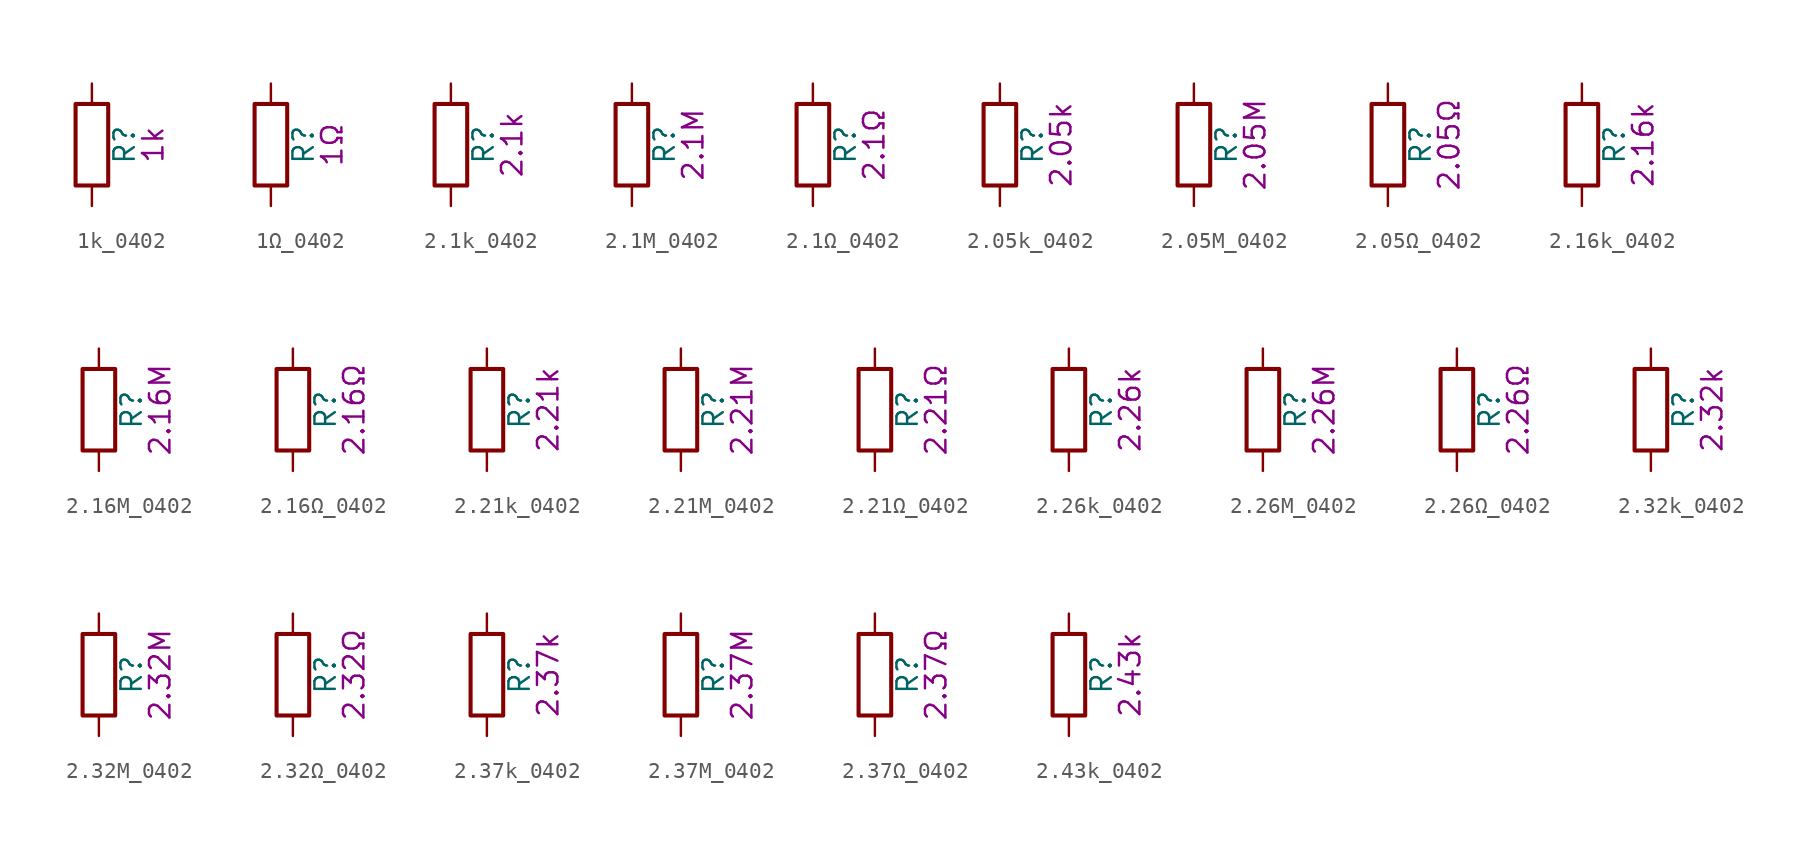
<source format=kicad_sym>
(kicad_symbol_lib
  (version 20211014)
  (generator kicad_symbol_editor)
  (symbol "1k_0402"
    (pin_numbers hide)
    (pin_names
      (offset 0))
    (property "Reference" "R"
      (at 2.032 0 90)
      (effects (font (size 1.27 1.27))))
    (property "Display" "1k"
      (at 3.81 0 90)
      (effects (font (size 1.27 1.27))))
    (symbol "1k_0402_0_1"
      (rectangle (start -1.016 -2.54) (end 1.016 2.54) (stroke (width 0.254) (type default) (color 0 0 0 0)) (fill (type none))))
    (symbol "1k_0402_1_1"
      (pin passive line (at 0 3.81 270) (length 1.27) (name "~" (effects (font (size 1.27 1.27)))) (number "1" (effects (font (size 1.27 1.27)))))
      (pin passive line (at 0 -3.81 90) (length 1.27) (name "~" (effects (font (size 1.27 1.27)))) (number "2" (effects (font (size 1.27 1.27)))))))
  (symbol "1Ω_0402"
    (pin_numbers hide)
    (pin_names
      (offset 0))
    (property "Reference" "R"
      (at 2.032 0 90)
      (effects (font (size 1.27 1.27))))
    (property "Display" "1Ω"
      (at 3.81 0 90)
      (effects (font (size 1.27 1.27))))
    (symbol "1Ω_0402_0_1"
      (rectangle (start -1.016 -2.54) (end 1.016 2.54) (stroke (width 0.254) (type default) (color 0 0 0 0)) (fill (type none))))
    (symbol "1Ω_0402_1_1"
      (pin passive line (at 0 3.81 270) (length 1.27) (name "~" (effects (font (size 1.27 1.27)))) (number "1" (effects (font (size 1.27 1.27)))))
      (pin passive line (at 0 -3.81 90) (length 1.27) (name "~" (effects (font (size 1.27 1.27)))) (number "2" (effects (font (size 1.27 1.27)))))))
  (symbol "2.1k_0402"
    (pin_numbers hide)
    (pin_names
      (offset 0))
    (property "Reference" "R"
      (at 2.032 0 90)
      (effects (font (size 1.27 1.27))))
    (property "Display" "2.1k"
      (at 3.81 0 90)
      (effects (font (size 1.27 1.27))))
    (symbol "2.1k_0402_0_1"
      (rectangle (start -1.016 -2.54) (end 1.016 2.54) (stroke (width 0.254) (type default) (color 0 0 0 0)) (fill (type none))))
    (symbol "2.1k_0402_1_1"
      (pin passive line (at 0 3.81 270) (length 1.27) (name "~" (effects (font (size 1.27 1.27)))) (number "1" (effects (font (size 1.27 1.27)))))
      (pin passive line (at 0 -3.81 90) (length 1.27) (name "~" (effects (font (size 1.27 1.27)))) (number "2" (effects (font (size 1.27 1.27)))))))
  (symbol "2.1M_0402"
    (pin_numbers hide)
    (pin_names
      (offset 0))
    (property "Reference" "R"
      (at 2.032 0 90)
      (effects (font (size 1.27 1.27))))
    (property "Display" "2.1M"
      (at 3.81 0 90)
      (effects (font (size 1.27 1.27))))
    (symbol "2.1M_0402_0_1"
      (rectangle (start -1.016 -2.54) (end 1.016 2.54) (stroke (width 0.254) (type default) (color 0 0 0 0)) (fill (type none))))
    (symbol "2.1M_0402_1_1"
      (pin passive line (at 0 3.81 270) (length 1.27) (name "~" (effects (font (size 1.27 1.27)))) (number "1" (effects (font (size 1.27 1.27)))))
      (pin passive line (at 0 -3.81 90) (length 1.27) (name "~" (effects (font (size 1.27 1.27)))) (number "2" (effects (font (size 1.27 1.27)))))))
  (symbol "2.1Ω_0402"
    (pin_numbers hide)
    (pin_names
      (offset 0))
    (property "Reference" "R"
      (at 2.032 0 90)
      (effects (font (size 1.27 1.27))))
    (property "Display" "2.1Ω"
      (at 3.81 0 90)
      (effects (font (size 1.27 1.27))))
    (symbol "2.1Ω_0402_0_1"
      (rectangle (start -1.016 -2.54) (end 1.016 2.54) (stroke (width 0.254) (type default) (color 0 0 0 0)) (fill (type none))))
    (symbol "2.1Ω_0402_1_1"
      (pin passive line (at 0 3.81 270) (length 1.27) (name "~" (effects (font (size 1.27 1.27)))) (number "1" (effects (font (size 1.27 1.27)))))
      (pin passive line (at 0 -3.81 90) (length 1.27) (name "~" (effects (font (size 1.27 1.27)))) (number "2" (effects (font (size 1.27 1.27)))))))
  (symbol "2.05k_0402"
    (pin_numbers hide)
    (pin_names
      (offset 0))
    (property "Reference" "R"
      (at 2.032 0 90)
      (effects (font (size 1.27 1.27))))
    (property "Display" "2.05k"
      (at 3.81 0 90)
      (effects (font (size 1.27 1.27))))
    (symbol "2.05k_0402_0_1"
      (rectangle (start -1.016 -2.54) (end 1.016 2.54) (stroke (width 0.254) (type default) (color 0 0 0 0)) (fill (type none))))
    (symbol "2.05k_0402_1_1"
      (pin passive line (at 0 3.81 270) (length 1.27) (name "~" (effects (font (size 1.27 1.27)))) (number "1" (effects (font (size 1.27 1.27)))))
      (pin passive line (at 0 -3.81 90) (length 1.27) (name "~" (effects (font (size 1.27 1.27)))) (number "2" (effects (font (size 1.27 1.27)))))))
  (symbol "2.05M_0402"
    (pin_numbers hide)
    (pin_names
      (offset 0))
    (property "Reference" "R"
      (at 2.032 0 90)
      (effects (font (size 1.27 1.27))))
    (property "Display" "2.05M"
      (at 3.81 0 90)
      (effects (font (size 1.27 1.27))))
    (symbol "2.05M_0402_0_1"
      (rectangle (start -1.016 -2.54) (end 1.016 2.54) (stroke (width 0.254) (type default) (color 0 0 0 0)) (fill (type none))))
    (symbol "2.05M_0402_1_1"
      (pin passive line (at 0 3.81 270) (length 1.27) (name "~" (effects (font (size 1.27 1.27)))) (number "1" (effects (font (size 1.27 1.27)))))
      (pin passive line (at 0 -3.81 90) (length 1.27) (name "~" (effects (font (size 1.27 1.27)))) (number "2" (effects (font (size 1.27 1.27)))))))
  (symbol "2.05Ω_0402"
    (pin_numbers hide)
    (pin_names
      (offset 0))
    (property "Reference" "R"
      (at 2.032 0 90)
      (effects (font (size 1.27 1.27))))
    (property "Display" "2.05Ω"
      (at 3.81 0 90)
      (effects (font (size 1.27 1.27))))
    (symbol "2.05Ω_0402_0_1"
      (rectangle (start -1.016 -2.54) (end 1.016 2.54) (stroke (width 0.254) (type default) (color 0 0 0 0)) (fill (type none))))
    (symbol "2.05Ω_0402_1_1"
      (pin passive line (at 0 3.81 270) (length 1.27) (name "~" (effects (font (size 1.27 1.27)))) (number "1" (effects (font (size 1.27 1.27)))))
      (pin passive line (at 0 -3.81 90) (length 1.27) (name "~" (effects (font (size 1.27 1.27)))) (number "2" (effects (font (size 1.27 1.27)))))))
  (symbol "2.16k_0402"
    (pin_numbers hide)
    (pin_names
      (offset 0))
    (property "Reference" "R"
      (at 2.032 0 90)
      (effects (font (size 1.27 1.27))))
    (property "Display" "2.16k"
      (at 3.81 0 90)
      (effects (font (size 1.27 1.27))))
    (symbol "2.16k_0402_0_1"
      (rectangle (start -1.016 -2.54) (end 1.016 2.54) (stroke (width 0.254) (type default) (color 0 0 0 0)) (fill (type none))))
    (symbol "2.16k_0402_1_1"
      (pin passive line (at 0 3.81 270) (length 1.27) (name "~" (effects (font (size 1.27 1.27)))) (number "1" (effects (font (size 1.27 1.27)))))
      (pin passive line (at 0 -3.81 90) (length 1.27) (name "~" (effects (font (size 1.27 1.27)))) (number "2" (effects (font (size 1.27 1.27)))))))
  (symbol "2.16M_0402"
    (pin_numbers hide)
    (pin_names
      (offset 0))
    (property "Reference" "R"
      (at 2.032 0 90)
      (effects (font (size 1.27 1.27))))
    (property "Display" "2.16M"
      (at 3.81 0 90)
      (effects (font (size 1.27 1.27))))
    (symbol "2.16M_0402_0_1"
      (rectangle (start -1.016 -2.54) (end 1.016 2.54) (stroke (width 0.254) (type default) (color 0 0 0 0)) (fill (type none))))
    (symbol "2.16M_0402_1_1"
      (pin passive line (at 0 3.81 270) (length 1.27) (name "~" (effects (font (size 1.27 1.27)))) (number "1" (effects (font (size 1.27 1.27)))))
      (pin passive line (at 0 -3.81 90) (length 1.27) (name "~" (effects (font (size 1.27 1.27)))) (number "2" (effects (font (size 1.27 1.27)))))))
  (symbol "2.16Ω_0402"
    (pin_numbers hide)
    (pin_names
      (offset 0))
    (property "Reference" "R"
      (at 2.032 0 90)
      (effects (font (size 1.27 1.27))))
    (property "Display" "2.16Ω"
      (at 3.81 0 90)
      (effects (font (size 1.27 1.27))))
    (symbol "2.16Ω_0402_0_1"
      (rectangle (start -1.016 -2.54) (end 1.016 2.54) (stroke (width 0.254) (type default) (color 0 0 0 0)) (fill (type none))))
    (symbol "2.16Ω_0402_1_1"
      (pin passive line (at 0 3.81 270) (length 1.27) (name "~" (effects (font (size 1.27 1.27)))) (number "1" (effects (font (size 1.27 1.27)))))
      (pin passive line (at 0 -3.81 90) (length 1.27) (name "~" (effects (font (size 1.27 1.27)))) (number "2" (effects (font (size 1.27 1.27)))))))
  (symbol "2.21k_0402"
    (pin_numbers hide)
    (pin_names
      (offset 0))
    (property "Reference" "R"
      (at 2.032 0 90)
      (effects (font (size 1.27 1.27))))
    (property "Display" "2.21k"
      (at 3.81 0 90)
      (effects (font (size 1.27 1.27))))
    (symbol "2.21k_0402_0_1"
      (rectangle (start -1.016 -2.54) (end 1.016 2.54) (stroke (width 0.254) (type default) (color 0 0 0 0)) (fill (type none))))
    (symbol "2.21k_0402_1_1"
      (pin passive line (at 0 3.81 270) (length 1.27) (name "~" (effects (font (size 1.27 1.27)))) (number "1" (effects (font (size 1.27 1.27)))))
      (pin passive line (at 0 -3.81 90) (length 1.27) (name "~" (effects (font (size 1.27 1.27)))) (number "2" (effects (font (size 1.27 1.27)))))))
  (symbol "2.21M_0402"
    (pin_numbers hide)
    (pin_names
      (offset 0))
    (property "Reference" "R"
      (at 2.032 0 90)
      (effects (font (size 1.27 1.27))))
    (property "Display" "2.21M"
      (at 3.81 0 90)
      (effects (font (size 1.27 1.27))))
    (symbol "2.21M_0402_0_1"
      (rectangle (start -1.016 -2.54) (end 1.016 2.54) (stroke (width 0.254) (type default) (color 0 0 0 0)) (fill (type none))))
    (symbol "2.21M_0402_1_1"
      (pin passive line (at 0 3.81 270) (length 1.27) (name "~" (effects (font (size 1.27 1.27)))) (number "1" (effects (font (size 1.27 1.27)))))
      (pin passive line (at 0 -3.81 90) (length 1.27) (name "~" (effects (font (size 1.27 1.27)))) (number "2" (effects (font (size 1.27 1.27)))))))
  (symbol "2.21Ω_0402"
    (pin_numbers hide)
    (pin_names
      (offset 0))
    (property "Reference" "R"
      (at 2.032 0 90)
      (effects (font (size 1.27 1.27))))
    (property "Display" "2.21Ω"
      (at 3.81 0 90)
      (effects (font (size 1.27 1.27))))
    (symbol "2.21Ω_0402_0_1"
      (rectangle (start -1.016 -2.54) (end 1.016 2.54) (stroke (width 0.254) (type default) (color 0 0 0 0)) (fill (type none))))
    (symbol "2.21Ω_0402_1_1"
      (pin passive line (at 0 3.81 270) (length 1.27) (name "~" (effects (font (size 1.27 1.27)))) (number "1" (effects (font (size 1.27 1.27)))))
      (pin passive line (at 0 -3.81 90) (length 1.27) (name "~" (effects (font (size 1.27 1.27)))) (number "2" (effects (font (size 1.27 1.27)))))))
  (symbol "2.26k_0402"
    (pin_numbers hide)
    (pin_names
      (offset 0))
    (property "Reference" "R"
      (at 2.032 0 90)
      (effects (font (size 1.27 1.27))))
    (property "Display" "2.26k"
      (at 3.81 0 90)
      (effects (font (size 1.27 1.27))))
    (symbol "2.26k_0402_0_1"
      (rectangle (start -1.016 -2.54) (end 1.016 2.54) (stroke (width 0.254) (type default) (color 0 0 0 0)) (fill (type none))))
    (symbol "2.26k_0402_1_1"
      (pin passive line (at 0 3.81 270) (length 1.27) (name "~" (effects (font (size 1.27 1.27)))) (number "1" (effects (font (size 1.27 1.27)))))
      (pin passive line (at 0 -3.81 90) (length 1.27) (name "~" (effects (font (size 1.27 1.27)))) (number "2" (effects (font (size 1.27 1.27)))))))
  (symbol "2.26M_0402"
    (pin_numbers hide)
    (pin_names
      (offset 0))
    (property "Reference" "R"
      (at 2.032 0 90)
      (effects (font (size 1.27 1.27))))
    (property "Display" "2.26M"
      (at 3.81 0 90)
      (effects (font (size 1.27 1.27))))
    (symbol "2.26M_0402_0_1"
      (rectangle (start -1.016 -2.54) (end 1.016 2.54) (stroke (width 0.254) (type default) (color 0 0 0 0)) (fill (type none))))
    (symbol "2.26M_0402_1_1"
      (pin passive line (at 0 3.81 270) (length 1.27) (name "~" (effects (font (size 1.27 1.27)))) (number "1" (effects (font (size 1.27 1.27)))))
      (pin passive line (at 0 -3.81 90) (length 1.27) (name "~" (effects (font (size 1.27 1.27)))) (number "2" (effects (font (size 1.27 1.27)))))))
  (symbol "2.26Ω_0402"
    (pin_numbers hide)
    (pin_names
      (offset 0))
    (property "Reference" "R"
      (at 2.032 0 90)
      (effects (font (size 1.27 1.27))))
    (property "Display" "2.26Ω"
      (at 3.81 0 90)
      (effects (font (size 1.27 1.27))))
    (symbol "2.26Ω_0402_0_1"
      (rectangle (start -1.016 -2.54) (end 1.016 2.54) (stroke (width 0.254) (type default) (color 0 0 0 0)) (fill (type none))))
    (symbol "2.26Ω_0402_1_1"
      (pin passive line (at 0 3.81 270) (length 1.27) (name "~" (effects (font (size 1.27 1.27)))) (number "1" (effects (font (size 1.27 1.27)))))
      (pin passive line (at 0 -3.81 90) (length 1.27) (name "~" (effects (font (size 1.27 1.27)))) (number "2" (effects (font (size 1.27 1.27)))))))
  (symbol "2.32k_0402"
    (pin_numbers hide)
    (pin_names
      (offset 0))
    (property "Reference" "R"
      (at 2.032 0 90)
      (effects (font (size 1.27 1.27))))
    (property "Display" "2.32k"
      (at 3.81 0 90)
      (effects (font (size 1.27 1.27))))
    (symbol "2.32k_0402_0_1"
      (rectangle (start -1.016 -2.54) (end 1.016 2.54) (stroke (width 0.254) (type default) (color 0 0 0 0)) (fill (type none))))
    (symbol "2.32k_0402_1_1"
      (pin passive line (at 0 3.81 270) (length 1.27) (name "~" (effects (font (size 1.27 1.27)))) (number "1" (effects (font (size 1.27 1.27)))))
      (pin passive line (at 0 -3.81 90) (length 1.27) (name "~" (effects (font (size 1.27 1.27)))) (number "2" (effects (font (size 1.27 1.27)))))))
  (symbol "2.32M_0402"
    (pin_numbers hide)
    (pin_names
      (offset 0))
    (property "Reference" "R"
      (at 2.032 0 90)
      (effects (font (size 1.27 1.27))))
    (property "Display" "2.32M"
      (at 3.81 0 90)
      (effects (font (size 1.27 1.27))))
    (symbol "2.32M_0402_0_1"
      (rectangle (start -1.016 -2.54) (end 1.016 2.54) (stroke (width 0.254) (type default) (color 0 0 0 0)) (fill (type none))))
    (symbol "2.32M_0402_1_1"
      (pin passive line (at 0 3.81 270) (length 1.27) (name "~" (effects (font (size 1.27 1.27)))) (number "1" (effects (font (size 1.27 1.27)))))
      (pin passive line (at 0 -3.81 90) (length 1.27) (name "~" (effects (font (size 1.27 1.27)))) (number "2" (effects (font (size 1.27 1.27)))))))
  (symbol "2.32Ω_0402"
    (pin_numbers hide)
    (pin_names
      (offset 0))
    (property "Reference" "R"
      (at 2.032 0 90)
      (effects (font (size 1.27 1.27))))
    (property "Display" "2.32Ω"
      (at 3.81 0 90)
      (effects (font (size 1.27 1.27))))
    (symbol "2.32Ω_0402_0_1"
      (rectangle (start -1.016 -2.54) (end 1.016 2.54) (stroke (width 0.254) (type default) (color 0 0 0 0)) (fill (type none))))
    (symbol "2.32Ω_0402_1_1"
      (pin passive line (at 0 3.81 270) (length 1.27) (name "~" (effects (font (size 1.27 1.27)))) (number "1" (effects (font (size 1.27 1.27)))))
      (pin passive line (at 0 -3.81 90) (length 1.27) (name "~" (effects (font (size 1.27 1.27)))) (number "2" (effects (font (size 1.27 1.27)))))))
  (symbol "2.37k_0402"
    (pin_numbers hide)
    (pin_names
      (offset 0))
    (property "Reference" "R"
      (at 2.032 0 90)
      (effects (font (size 1.27 1.27))))
    (property "Display" "2.37k"
      (at 3.81 0 90)
      (effects (font (size 1.27 1.27))))
    (symbol "2.37k_0402_0_1"
      (rectangle (start -1.016 -2.54) (end 1.016 2.54) (stroke (width 0.254) (type default) (color 0 0 0 0)) (fill (type none))))
    (symbol "2.37k_0402_1_1"
      (pin passive line (at 0 3.81 270) (length 1.27) (name "~" (effects (font (size 1.27 1.27)))) (number "1" (effects (font (size 1.27 1.27)))))
      (pin passive line (at 0 -3.81 90) (length 1.27) (name "~" (effects (font (size 1.27 1.27)))) (number "2" (effects (font (size 1.27 1.27)))))))
  (symbol "2.37M_0402"
    (pin_numbers hide)
    (pin_names
      (offset 0))
    (property "Reference" "R"
      (at 2.032 0 90)
      (effects (font (size 1.27 1.27))))
    (property "Display" "2.37M"
      (at 3.81 0 90)
      (effects (font (size 1.27 1.27))))
    (symbol "2.37M_0402_0_1"
      (rectangle (start -1.016 -2.54) (end 1.016 2.54) (stroke (width 0.254) (type default) (color 0 0 0 0)) (fill (type none))))
    (symbol "2.37M_0402_1_1"
      (pin passive line (at 0 3.81 270) (length 1.27) (name "~" (effects (font (size 1.27 1.27)))) (number "1" (effects (font (size 1.27 1.27)))))
      (pin passive line (at 0 -3.81 90) (length 1.27) (name "~" (effects (font (size 1.27 1.27)))) (number "2" (effects (font (size 1.27 1.27)))))))
  (symbol "2.37Ω_0402"
    (pin_numbers hide)
    (pin_names
      (offset 0))
    (property "Reference" "R"
      (at 2.032 0 90)
      (effects (font (size 1.27 1.27))))
    (property "Display" "2.37Ω"
      (at 3.81 0 90)
      (effects (font (size 1.27 1.27))))
    (symbol "2.37Ω_0402_0_1"
      (rectangle (start -1.016 -2.54) (end 1.016 2.54) (stroke (width 0.254) (type default) (color 0 0 0 0)) (fill (type none))))
    (symbol "2.37Ω_0402_1_1"
      (pin passive line (at 0 3.81 270) (length 1.27) (name "~" (effects (font (size 1.27 1.27)))) (number "1" (effects (font (size 1.27 1.27)))))
      (pin passive line (at 0 -3.81 90) (length 1.27) (name "~" (effects (font (size 1.27 1.27)))) (number "2" (effects (font (size 1.27 1.27)))))))
  (symbol "2.43k_0402"
    (pin_numbers hide)
    (pin_names
      (offset 0))
    (property "Reference" "R"
      (at 2.032 0 90)
      (effects (font (size 1.27 1.27))))
    (property "Display" "2.43k"
      (at 3.81 0 90)
      (effects (font (size 1.27 1.27))))
    (symbol "2.43k_0402_0_1"
      (rectangle (start -1.016 -2.54) (end 1.016 2.54) (stroke (width 0.254) (type default) (color 0 0 0 0)) (fill (type none))))
    (symbol "2.43k_0402_1_1"
      (pin passive line (at 0 3.81 270) (length 1.27) (name "~" (effects (font (size 1.27 1.27)))) (number "1" (effects (font (size 1.27 1.27)))))
      (pin passive line (at 0 -3.81 90) (length 1.27) (name "~" (effects (font (size 1.27 1.27)))) (number "2" (effects (font (size 1.27 1.27))))))))
</source>
